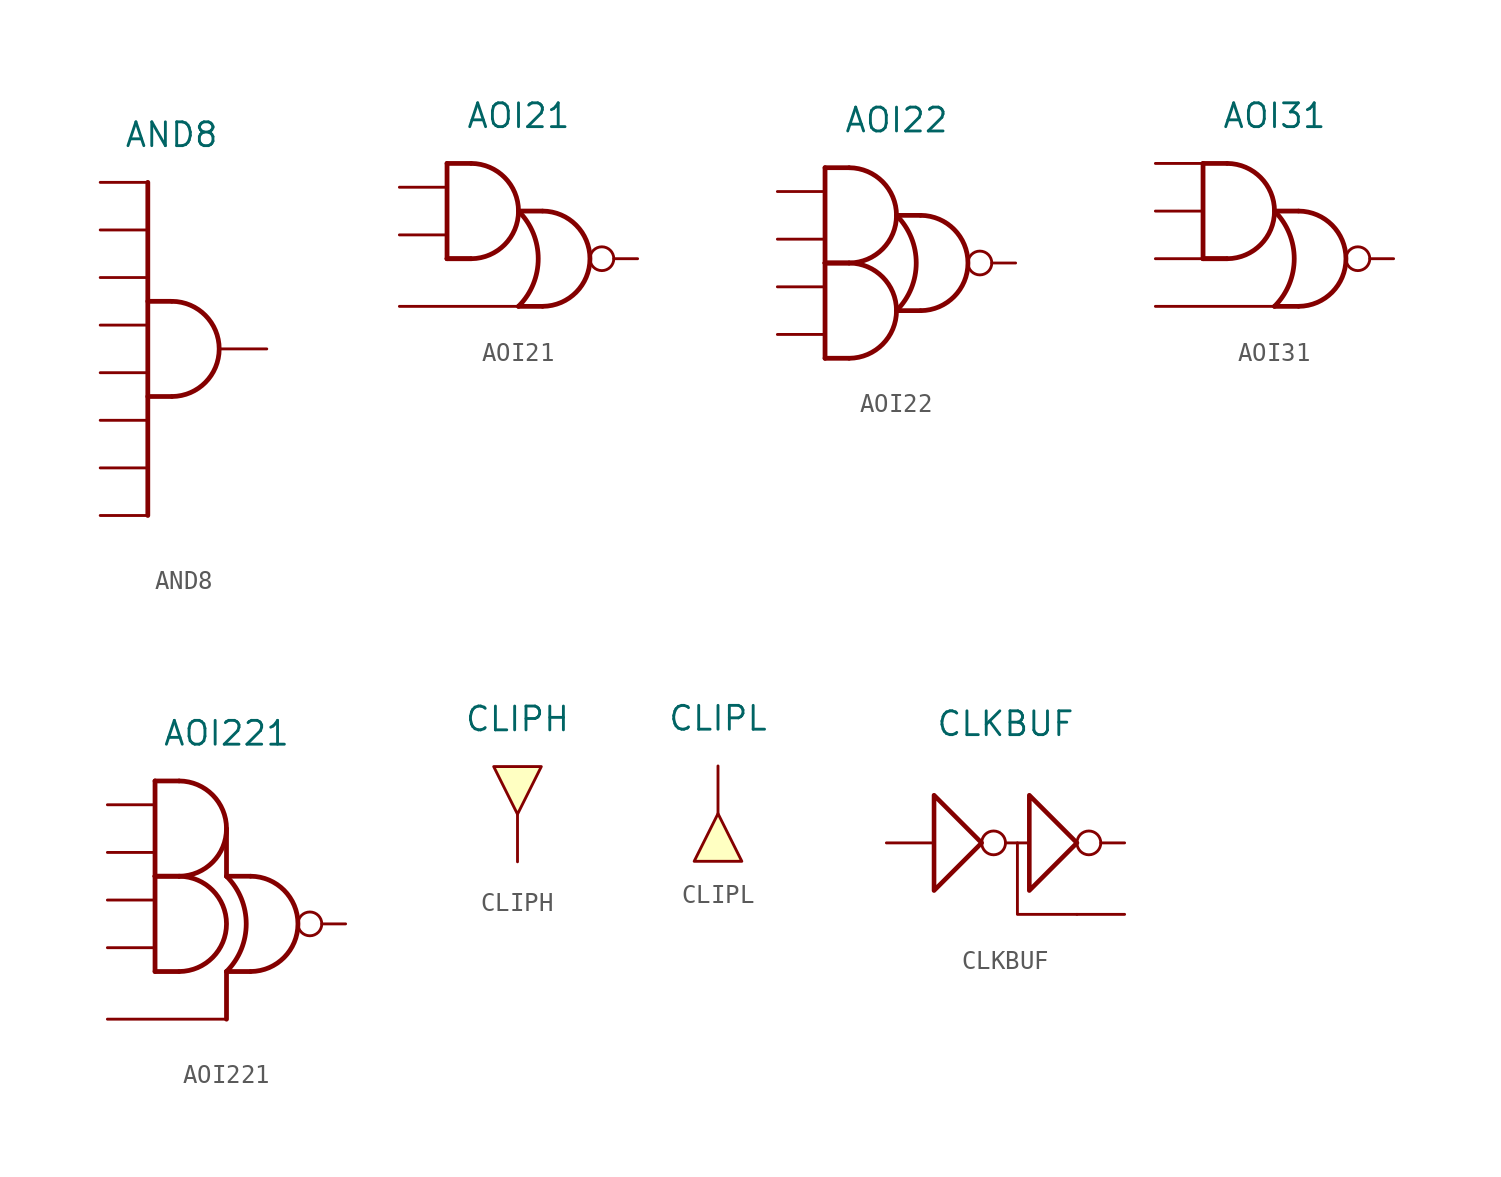
<source format=kicad_sym>
(kicad_symbol_lib
  (version 20211014)
  (generator kicad_symbol_editor)
  (symbol "AND8"
    (property "Reference" "U"
      (at 0 13.97 0)
      (effects (font (size 1.27 1.27)) hide))
    (property "Value" "AND8"
      (at 0 11.43 0)
      (effects (font (size 1.27 1.27))))
    (symbol "AND8_0_0"
      (polyline (pts (xy -1.27 2.54) (xy 0 2.54)) (stroke (width 0.254) (type default) (color 0 0 0 0)) (fill (type none)))
      (polyline (pts (xy -1.27 8.89) (xy -1.27 -8.89)) (stroke (width 0.254) (type default) (color 0 0 0 0)) (fill (type none)))
      (polyline (pts (xy 0 -2.54) (xy -1.27 -2.54)) (stroke (width 0.254) (type default) (color 0 0 0 0)) (fill (type none)))
      (arc (start 0.0225 -2.54) (mid 2.5401 0) (end 0.0225 2.54) (stroke (width 0.254) (type default) (color 0 0 0 0)) (fill (type none))))
    (symbol "AND8_1_1"
      (pin input line (at -3.81 -8.89 0) (length 2.54) (name "" (effects (font (size 1.27 1.27)))) (number "" (effects (font (size 1.27 1.27)))))
      (pin input line (at -3.81 -6.35 0) (length 2.54) (name "" (effects (font (size 1.27 1.27)))) (number "" (effects (font (size 1.27 1.27)))))
      (pin input line (at -3.81 -3.81 0) (length 2.54) (name "" (effects (font (size 1.27 1.27)))) (number "" (effects (font (size 1.27 1.27)))))
      (pin input line (at -3.81 -1.27 0) (length 2.54) (name "" (effects (font (size 1.27 1.27)))) (number "" (effects (font (size 1.27 1.27)))))
      (pin input line (at -3.81 1.27 0) (length 2.54) (name "" (effects (font (size 1.27 1.27)))) (number "" (effects (font (size 1.27 1.27)))))
      (pin input line (at -3.81 3.81 0) (length 2.54) (name "" (effects (font (size 1.27 1.27)))) (number "" (effects (font (size 1.27 1.27)))))
      (pin input line (at -3.81 6.35 0) (length 2.54) (name "" (effects (font (size 1.27 1.27)))) (number "" (effects (font (size 1.27 1.27)))))
      (pin input line (at -3.81 8.89 0) (length 2.54) (name "" (effects (font (size 1.27 1.27)))) (number "" (effects (font (size 1.27 1.27)))))
      (pin output line (at 5.08 0 180) (length 2.54) (name "" (effects (font (size 1.27 1.27)))) (number "" (effects (font (size 1.27 1.27)))))))
  (symbol "AOI21"
    (property "Reference" "U"
      (at 0 10.16 0)
      (effects (font (size 1.27 1.27)) hide))
    (property "Value" "AOI21"
      (at 0 7.62 0)
      (effects (font (size 1.27 1.27))))
    (symbol "AOI21_0_0"
      (arc (start -2.5175 0) (mid 0.0001 2.54) (end -2.5175 5.08) (stroke (width 0.254) (type default) (color 0 0 0 0)) (fill (type none)))
      (arc (start 0 -2.54) (mid 1.0521 0) (end 0 2.54) (stroke (width 0.254) (type default) (color 0 0 0 0)) (fill (type none)))
      (polyline (pts (xy -3.81 0) (xy -2.54 0)) (stroke (width 0.254) (type default) (color 0 0 0 0)) (fill (type none)))
      (polyline (pts (xy -3.81 5.08) (xy -3.81 0)) (stroke (width 0.254) (type default) (color 0 0 0 0)) (fill (type none)))
      (polyline (pts (xy -3.81 5.08) (xy -2.54 5.08)) (stroke (width 0.254) (type default) (color 0 0 0 0)) (fill (type none)))
      (polyline (pts (xy -2.54 0) (xy -3.81 0)) (stroke (width 0.254) (type default) (color 0 0 0 0)) (fill (type none)))
      (polyline (pts (xy 0 2.54) (xy 1.27 2.54)) (stroke (width 0.254) (type default) (color 0 0 0 0)) (fill (type none)))
      (polyline (pts (xy 1.27 -2.54) (xy 0 -2.54)) (stroke (width 0.254) (type default) (color 0 0 0 0)) (fill (type none)))
      (arc (start 1.2925 -2.54) (mid 3.8101 0) (end 1.2925 2.54) (stroke (width 0.254) (type default) (color 0 0 0 0)) (fill (type none))))
    (symbol "AOI21_1_1"
      (pin input line (at -6.35 -2.54 0) (length 6.35) (name "" (effects (font (size 1.27 1.27)))) (number "" (effects (font (size 1.27 1.27)))))
      (pin input line (at -6.35 1.27 0) (length 2.54) (name "" (effects (font (size 1.27 1.27)))) (number "" (effects (font (size 1.27 1.27)))))
      (pin input line (at -6.35 3.81 0) (length 2.54) (name "" (effects (font (size 1.27 1.27)))) (number "" (effects (font (size 1.27 1.27)))))
      (pin output inverted (at 6.35 0 180) (length 2.54) (name "" (effects (font (size 1.27 1.27)))) (number "" (effects (font (size 1.27 1.27)))))))
  (symbol "AOI22"
    (property "Reference" "U"
      (at 0 10.16 0)
      (effects (font (size 1.27 1.27)) hide))
    (property "Value" "AOI22"
      (at 0 7.62 0)
      (effects (font (size 1.27 1.27))))
    (symbol "AOI22_0_0"
      (arc (start -2.5175 -5.08) (mid 0.0001 -2.54) (end -2.5175 0) (stroke (width 0.254) (type default) (color 0 0 0 0)) (fill (type none)))
      (arc (start -2.5175 0) (mid 0.0001 2.54) (end -2.5175 5.08) (stroke (width 0.254) (type default) (color 0 0 0 0)) (fill (type none)))
      (arc (start 0 -2.54) (mid 1.0521 0) (end 0 2.54) (stroke (width 0.254) (type default) (color 0 0 0 0)) (fill (type none)))
      (polyline (pts (xy -3.81 0) (xy -3.81 -5.08)) (stroke (width 0.254) (type default) (color 0 0 0 0)) (fill (type none)))
      (polyline (pts (xy -3.81 0) (xy -2.54 0)) (stroke (width 0.254) (type default) (color 0 0 0 0)) (fill (type none)))
      (polyline (pts (xy -3.81 5.08) (xy -3.81 0)) (stroke (width 0.254) (type default) (color 0 0 0 0)) (fill (type none)))
      (polyline (pts (xy -3.81 5.08) (xy -2.54 5.08)) (stroke (width 0.254) (type default) (color 0 0 0 0)) (fill (type none)))
      (polyline (pts (xy -2.54 -5.08) (xy -3.81 -5.08)) (stroke (width 0.254) (type default) (color 0 0 0 0)) (fill (type none)))
      (polyline (pts (xy -2.54 0) (xy -3.81 0)) (stroke (width 0.254) (type default) (color 0 0 0 0)) (fill (type none)))
      (polyline (pts (xy 0 2.54) (xy 1.27 2.54)) (stroke (width 0.254) (type default) (color 0 0 0 0)) (fill (type none)))
      (polyline (pts (xy 1.27 -2.54) (xy 0 -2.54)) (stroke (width 0.254) (type default) (color 0 0 0 0)) (fill (type none)))
      (arc (start 1.2925 -2.54) (mid 3.8101 0) (end 1.2925 2.54) (stroke (width 0.254) (type default) (color 0 0 0 0)) (fill (type none))))
    (symbol "AOI22_1_1"
      (pin input line (at -6.35 -3.81 0) (length 2.54) (name "" (effects (font (size 1.27 1.27)))) (number "" (effects (font (size 1.27 1.27)))))
      (pin input line (at -6.35 -1.27 0) (length 2.54) (name "" (effects (font (size 1.27 1.27)))) (number "" (effects (font (size 1.27 1.27)))))
      (pin input line (at -6.35 1.27 0) (length 2.54) (name "" (effects (font (size 1.27 1.27)))) (number "" (effects (font (size 1.27 1.27)))))
      (pin input line (at -6.35 3.81 0) (length 2.54) (name "" (effects (font (size 1.27 1.27)))) (number "" (effects (font (size 1.27 1.27)))))
      (pin output inverted (at 6.35 0 180) (length 2.54) (name "" (effects (font (size 1.27 1.27)))) (number "" (effects (font (size 1.27 1.27)))))))
  (symbol "AOI31"
    (property "Reference" "U"
      (at 0 8.89 0)
      (effects (font (size 1.27 1.27)) hide))
    (property "Value" "AOI31"
      (at 0 6.35 0)
      (effects (font (size 1.27 1.27))))
    (symbol "AOI31_0_0"
      (arc (start -2.5175 -1.27) (mid 0.0001 1.27) (end -2.5175 3.81) (stroke (width 0.254) (type default) (color 0 0 0 0)) (fill (type none)))
      (arc (start 0 -3.81) (mid 1.0521 -1.27) (end 0 1.27) (stroke (width 0.254) (type default) (color 0 0 0 0)) (fill (type none)))
      (polyline (pts (xy -3.81 -1.27) (xy -2.54 -1.27)) (stroke (width 0.254) (type default) (color 0 0 0 0)) (fill (type none)))
      (polyline (pts (xy -3.81 3.81) (xy -3.81 -1.27)) (stroke (width 0.254) (type default) (color 0 0 0 0)) (fill (type none)))
      (polyline (pts (xy -3.81 3.81) (xy -2.54 3.81)) (stroke (width 0.254) (type default) (color 0 0 0 0)) (fill (type none)))
      (polyline (pts (xy -2.54 -1.27) (xy -3.81 -1.27)) (stroke (width 0.254) (type default) (color 0 0 0 0)) (fill (type none)))
      (polyline (pts (xy 0 1.27) (xy 1.27 1.27)) (stroke (width 0.254) (type default) (color 0 0 0 0)) (fill (type none)))
      (polyline (pts (xy 1.27 -3.81) (xy 0 -3.81)) (stroke (width 0.254) (type default) (color 0 0 0 0)) (fill (type none)))
      (arc (start 1.2925 -3.81) (mid 3.8101 -1.27) (end 1.2925 1.27) (stroke (width 0.254) (type default) (color 0 0 0 0)) (fill (type none))))
    (symbol "AOI31_1_1"
      (pin input line (at -6.35 -3.81 0) (length 6.35) (name "" (effects (font (size 1.27 1.27)))) (number "" (effects (font (size 1.27 1.27)))))
      (pin input line (at -6.35 -1.27 0) (length 2.54) (name "" (effects (font (size 1.27 1.27)))) (number "" (effects (font (size 1.27 1.27)))))
      (pin input line (at -6.35 1.27 0) (length 2.54) (name "" (effects (font (size 1.27 1.27)))) (number "" (effects (font (size 1.27 1.27)))))
      (pin input line (at -6.35 3.81 0) (length 2.54) (name "" (effects (font (size 1.27 1.27)))) (number "" (effects (font (size 1.27 1.27)))))
      (pin output inverted (at 6.35 -1.27 180) (length 2.54) (name "" (effects (font (size 1.27 1.27)))) (number "" (effects (font (size 1.27 1.27)))))))
  (symbol "AOI221"
    (property "Reference" "U"
      (at 0 12.7 0)
      (effects (font (size 1.27 1.27)) hide))
    (property "Value" "AOI221"
      (at 0 10.16 0)
      (effects (font (size 1.27 1.27))))
    (symbol "AOI221_0_0"
      (arc (start -2.5175 -2.54) (mid 0.0001 0) (end -2.5175 2.54) (stroke (width 0.254) (type default) (color 0 0 0 0)) (fill (type none)))
      (arc (start -2.5175 2.54) (mid 0.0001 5.08) (end -2.5175 7.62) (stroke (width 0.254) (type default) (color 0 0 0 0)) (fill (type none)))
      (arc (start 0 -2.54) (mid 1.0521 0) (end 0 2.54) (stroke (width 0.254) (type default) (color 0 0 0 0)) (fill (type none)))
      (polyline (pts (xy -3.81 2.54) (xy -3.81 -2.54)) (stroke (width 0.254) (type default) (color 0 0 0 0)) (fill (type none)))
      (polyline (pts (xy -3.81 2.54) (xy -2.54 2.54)) (stroke (width 0.254) (type default) (color 0 0 0 0)) (fill (type none)))
      (polyline (pts (xy -3.81 7.62) (xy -3.81 2.54)) (stroke (width 0.254) (type default) (color 0 0 0 0)) (fill (type none)))
      (polyline (pts (xy -3.81 7.62) (xy -2.54 7.62)) (stroke (width 0.254) (type default) (color 0 0 0 0)) (fill (type none)))
      (polyline (pts (xy -2.54 -2.54) (xy -3.81 -2.54)) (stroke (width 0.254) (type default) (color 0 0 0 0)) (fill (type none)))
      (polyline (pts (xy -2.54 2.54) (xy -3.81 2.54)) (stroke (width 0.254) (type default) (color 0 0 0 0)) (fill (type none)))
      (polyline (pts (xy 0 -2.54) (xy 0 -5.08)) (stroke (width 0.254) (type default) (color 0 0 0 0)) (fill (type none)))
      (polyline (pts (xy 0 2.54) (xy 1.27 2.54)) (stroke (width 0.254) (type default) (color 0 0 0 0)) (fill (type none)))
      (polyline (pts (xy 0 5.08) (xy 0 2.54)) (stroke (width 0.254) (type default) (color 0 0 0 0)) (fill (type none)))
      (polyline (pts (xy 1.27 -2.54) (xy 0 -2.54)) (stroke (width 0.254) (type default) (color 0 0 0 0)) (fill (type none)))
      (arc (start 1.2925 -2.54) (mid 3.8101 0) (end 1.2925 2.54) (stroke (width 0.254) (type default) (color 0 0 0 0)) (fill (type none))))
    (symbol "AOI221_1_1"
      (pin input line (at -6.35 -5.08 0) (length 6.35) (name "" (effects (font (size 1.27 1.27)))) (number "" (effects (font (size 1.27 1.27)))))
      (pin input line (at -6.35 -1.27 0) (length 2.54) (name "" (effects (font (size 1.27 1.27)))) (number "" (effects (font (size 1.27 1.27)))))
      (pin input line (at -6.35 1.27 0) (length 2.54) (name "" (effects (font (size 1.27 1.27)))) (number "" (effects (font (size 1.27 1.27)))))
      (pin input line (at -6.35 3.81 0) (length 2.54) (name "" (effects (font (size 1.27 1.27)))) (number "" (effects (font (size 1.27 1.27)))))
      (pin input line (at -6.35 6.35 0) (length 2.54) (name "" (effects (font (size 1.27 1.27)))) (number "" (effects (font (size 1.27 1.27)))))
      (pin output inverted (at 6.35 0 180) (length 2.54) (name "" (effects (font (size 1.27 1.27)))) (number "" (effects (font (size 1.27 1.27)))))))
  (symbol "CLIPH"
    (property "Reference" "U"
      (at 0 7.62 0)
      (effects (font (size 1.27 1.27)) hide))
    (property "Value" "CLIPH"
      (at 0 5.08 0)
      (effects (font (size 1.27 1.27))))
    (symbol "CLIPH_0_1"
      (polyline (pts (xy 0 0) (xy -1.27 2.54) (xy 1.27 2.54) (xy 0 0)) (stroke (width 0) (type default) (color 0 0 0 0)) (fill (type background))))
    (symbol "CLIPH_1_1"
      (pin output line (at 0 -2.54 90) (length 2.54) (name "" (effects (font (size 1.27 1.27)))) (number "" (effects (font (size 1.27 1.27)))))))
  (symbol "CLIPL"
    (property "Reference" "U"
      (at 0 7.62 0)
      (effects (font (size 1.27 1.27)) hide))
    (property "Value" "CLIPL"
      (at 0 5.08 0)
      (effects (font (size 1.27 1.27))))
    (symbol "CLIPL_0_1"
      (polyline (pts (xy 0 0) (xy 1.27 -2.54) (xy -1.27 -2.54) (xy 0 0)) (stroke (width 0) (type default) (color 0 0 0 0)) (fill (type background))))
    (symbol "CLIPL_1_1"
      (pin output line (at 0 2.54 270) (length 2.54) (name "" (effects (font (size 1.27 1.27)))) (number "" (effects (font (size 1.27 1.27)))))))
  (symbol "CLKBUF"
    (property "Reference" "U"
      (at 0 8.89 0)
      (effects (font (size 1.27 1.27)) hide))
    (property "Value" "CLKBUF"
      (at 0 6.35 0)
      (effects (font (size 1.27 1.27))))
    (symbol "CLKBUF_0_0"
      (polyline (pts (xy -1.27 0) (xy -3.81 2.54) (xy -3.81 -2.54) (xy -1.27 0)) (stroke (width 0.245) (type default) (color 0 0 0 0)) (fill (type none)))
      (polyline (pts (xy 3.81 0) (xy 1.27 2.54) (xy 1.27 -2.54) (xy 3.81 0)) (stroke (width 0.245) (type default) (color 0 0 0 0)) (fill (type none))))
    (symbol "CLKBUF_0_1"
      (circle (center -0.635 0) (radius 0.635) (stroke (width 0) (type default) (color 0 0 0 0)) (fill (type none)))
      (polyline (pts (xy 0 0) (xy 1.27 0)) (stroke (width 0) (type default) (color 0 0 0 0)) (fill (type none)))
      (polyline (pts (xy 0.635 0) (xy 0.635 -3.81) (xy 3.81 -3.81)) (stroke (width 0) (type default) (color 0 0 0 0)) (fill (type none))))
    (symbol "CLKBUF_1_1"
      (pin input line (at -6.35 0 0) (length 2.54) (name "" (effects (font (size 1.27 1.27)))) (number "" (effects (font (size 1.27 1.27)))))
      (pin output line (at 6.35 -3.81 180) (length 2.54) (name "" (effects (font (size 1.27 1.27)))) (number "" (effects (font (size 1.27 1.27)))))
      (pin output inverted (at 6.35 0 180) (length 2.54) (name "" (effects (font (size 1.27 1.27)))) (number "" (effects (font (size 1.27 1.27))))))))
</source>
